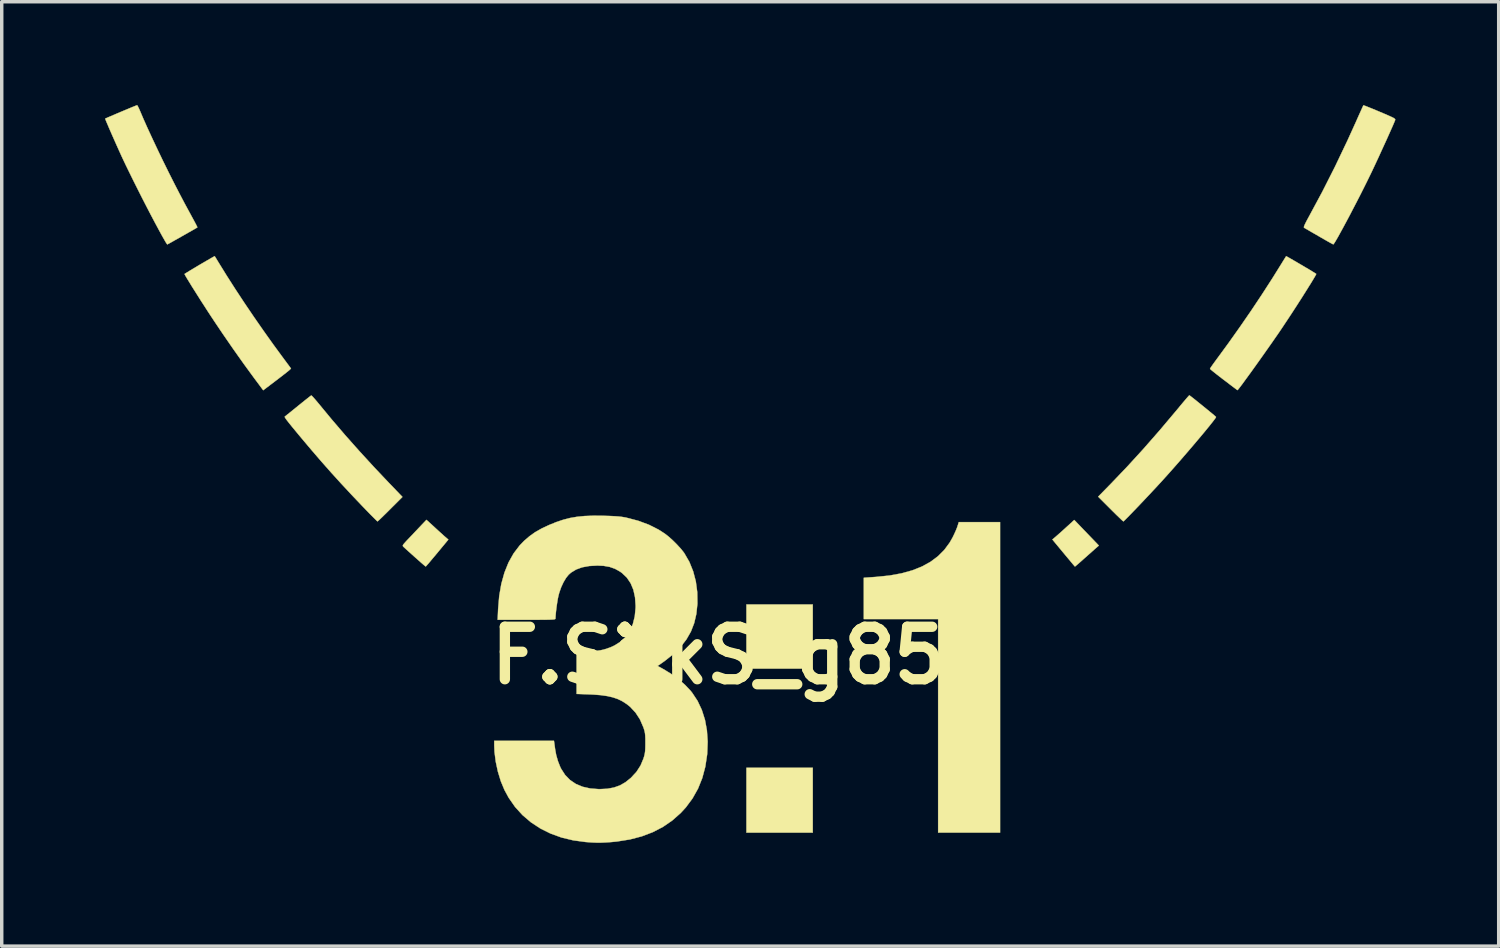
<source format=kicad_pcb>
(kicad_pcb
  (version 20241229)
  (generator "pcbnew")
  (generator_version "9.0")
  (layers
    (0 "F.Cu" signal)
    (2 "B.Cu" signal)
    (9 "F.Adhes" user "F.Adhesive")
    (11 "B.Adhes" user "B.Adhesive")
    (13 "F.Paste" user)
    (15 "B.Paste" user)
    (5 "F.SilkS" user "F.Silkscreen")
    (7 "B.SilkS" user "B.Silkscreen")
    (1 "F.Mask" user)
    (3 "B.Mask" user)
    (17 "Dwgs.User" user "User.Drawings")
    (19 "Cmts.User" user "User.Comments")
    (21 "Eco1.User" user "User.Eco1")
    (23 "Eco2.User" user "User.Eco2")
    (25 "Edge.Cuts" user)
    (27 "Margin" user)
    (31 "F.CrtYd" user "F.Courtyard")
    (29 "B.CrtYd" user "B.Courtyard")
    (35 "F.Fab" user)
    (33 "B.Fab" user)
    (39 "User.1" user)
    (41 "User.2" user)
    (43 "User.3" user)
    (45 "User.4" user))
  (footprint "F.SilkS_g852"
    (layer "F.Cu")
    (at 18.542 15.986)
    (property "Reference" "F.SilkS_g852" (at 0 0 0) (layer "F.SilkS") (effects (font (size 1.524 1.524) (thickness 0.3))))
    (attr through_hole)
    (fp_poly (pts (xy 2.011 0.381) (xy 0.085 0.381) (xy 0.085 -1.482) (xy 2.011 -1.482) (xy 2.011 0.381)) (stroke (width 0.01) (type solid)) (fill yes) (layer "F.SilkS"))
    (fp_poly (pts (xy 2.011 5.144) (xy 0.085 5.144) (xy 0.085 3.26) (xy 2.011 3.26) (xy 2.011 5.144)) (stroke (width 0.01) (type solid)) (fill yes) (layer "F.SilkS"))
    (fp_poly (pts (xy 7.451 5.144) (xy 5.652 5.144) (xy 5.652 -1.058) (xy 3.493 -1.058) (xy 3.493 -2.257) (xy 3.858 -2.283) (xy 4.239 -2.322) (xy 4.586 -2.385) (xy 4.9 -2.472) (xy 5.18 -2.583) (xy 5.428 -2.719) (xy 5.645 -2.881) (xy 5.832 -3.068) (xy 5.989 -3.281) (xy 6.073 -3.429) (xy 6.121 -3.528) (xy 6.166 -3.628) (xy 6.201 -3.715) (xy 6.214 -3.752) (xy 6.252 -3.873) (xy 7.451 -3.873) (xy 7.451 5.144)) (stroke (width 0.01) (type solid)) (fill yes) (layer "F.SilkS"))
    (fp_poly (pts (xy 9.783 -3.751) (xy 9.876 -3.654) (xy 9.983 -3.543) (xy 10.087 -3.435) (xy 10.14 -3.38) (xy 10.319 -3.193) (xy 10.23 -3.115) (xy 10.183 -3.074) (xy 10.113 -3.011) (xy 10.027 -2.935) (xy 9.933 -2.851) (xy 9.886 -2.81) (xy 9.8 -2.733) (xy 9.726 -2.668) (xy 9.668 -2.618) (xy 9.633 -2.589) (xy 9.625 -2.583) (xy 9.611 -2.599) (xy 9.573 -2.643) (xy 9.516 -2.711) (xy 9.444 -2.798) (xy 9.359 -2.899) (xy 9.295 -2.976) (xy 8.97 -3.368) (xy 9.062 -3.446) (xy 9.112 -3.49) (xy 9.185 -3.554) (xy 9.271 -3.631) (xy 9.361 -3.713) (xy 9.38 -3.73) (xy 9.605 -3.936) (xy 9.783 -3.751)) (stroke (width 0.01) (type solid)) (fill yes) (layer "F.SilkS"))
    (fp_poly (pts (xy -8.969 -3.722) (xy -8.879 -3.639) (xy -8.793 -3.561) (xy -8.719 -3.494) (xy -8.665 -3.446) (xy -8.651 -3.435) (xy -8.572 -3.366) (xy -8.895 -2.976) (xy -8.986 -2.867) (xy -9.068 -2.77) (xy -9.136 -2.688) (xy -9.189 -2.628) (xy -9.221 -2.592) (xy -9.229 -2.585) (xy -9.247 -2.598) (xy -9.292 -2.635) (xy -9.358 -2.692) (xy -9.44 -2.765) (xy -9.535 -2.849) (xy -9.546 -2.859) (xy -9.643 -2.946) (xy -9.731 -3.025) (xy -9.804 -3.091) (xy -9.856 -3.139) (xy -9.883 -3.164) (xy -9.884 -3.165) (xy -9.894 -3.183) (xy -9.89 -3.206) (xy -9.865 -3.242) (xy -9.816 -3.297) (xy -9.778 -3.339) (xy -9.711 -3.409) (xy -9.625 -3.499) (xy -9.531 -3.599) (xy -9.439 -3.696) (xy -9.425 -3.711) (xy -9.208 -3.94) (xy -8.969 -3.722)) (stroke (width 0.01) (type solid)) (fill yes) (layer "F.SilkS"))
    (fp_poly (pts (xy -15.344 -11.576) (xy -15.314 -11.527) (xy -15.272 -11.458) (xy -15.23 -11.39) (xy -15.007 -11.029) (xy -14.761 -10.644) (xy -14.497 -10.243) (xy -14.22 -9.834) (xy -13.935 -9.424) (xy -13.648 -9.021) (xy -13.414 -8.702) (xy -13.141 -8.334) (xy -13.19 -8.287) (xy -13.222 -8.26) (xy -13.281 -8.213) (xy -13.363 -8.149) (xy -13.46 -8.074) (xy -13.568 -7.991) (xy -13.594 -7.972) (xy -13.948 -7.703) (xy -14.222 -8.071) (xy -14.514 -8.471) (xy -14.818 -8.9) (xy -15.125 -9.345) (xy -15.367 -9.705) (xy -15.459 -9.844) (xy -15.556 -9.992) (xy -15.655 -10.146) (xy -15.755 -10.3) (xy -15.851 -10.452) (xy -15.942 -10.596) (xy -16.026 -10.729) (xy -16.098 -10.847) (xy -16.158 -10.945) (xy -16.202 -11.019) (xy -16.227 -11.065) (xy -16.232 -11.08) (xy -16.209 -11.095) (xy -16.156 -11.128) (xy -16.081 -11.174) (xy -15.988 -11.23) (xy -15.884 -11.292) (xy -15.775 -11.357) (xy -15.667 -11.42) (xy -15.566 -11.479) (xy -15.479 -11.529) (xy -15.411 -11.568) (xy -15.369 -11.591) (xy -15.357 -11.596) (xy -15.344 -11.576)) (stroke (width 0.01) (type solid)) (fill yes) (layer "F.SilkS"))
    (fp_poly (pts (xy -12.534 -7.539) (xy -12.495 -7.498) (xy -12.44 -7.436) (xy -12.375 -7.359) (xy -12.359 -7.34) (xy -11.964 -6.862) (xy -11.567 -6.398) (xy -11.16 -5.94) (xy -10.735 -5.476) (xy -10.284 -4.999) (xy -10.281 -4.997) (xy -9.905 -4.605) (xy -10.26 -4.25) (xy -10.36 -4.15) (xy -10.451 -4.061) (xy -10.527 -3.987) (xy -10.585 -3.932) (xy -10.62 -3.901) (xy -10.629 -3.895) (xy -10.647 -3.909) (xy -10.69 -3.951) (xy -10.754 -4.015) (xy -10.837 -4.098) (xy -10.933 -4.197) (xy -11.039 -4.307) (xy -11.055 -4.323) (xy -11.381 -4.666) (xy -11.684 -4.992) (xy -11.972 -5.309) (xy -12.254 -5.628) (xy -12.539 -5.959) (xy -12.762 -6.223) (xy -12.906 -6.395) (xy -13.024 -6.538) (xy -13.12 -6.654) (xy -13.194 -6.746) (xy -13.249 -6.816) (xy -13.288 -6.868) (xy -13.311 -6.903) (xy -13.322 -6.926) (xy -13.322 -6.937) (xy -13.32 -6.94) (xy -13.298 -6.956) (xy -13.249 -6.996) (xy -13.176 -7.054) (xy -13.086 -7.127) (xy -12.983 -7.21) (xy -12.935 -7.25) (xy -12.828 -7.336) (xy -12.732 -7.413) (xy -12.652 -7.476) (xy -12.593 -7.523) (xy -12.559 -7.548) (xy -12.553 -7.552) (xy -12.534 -7.539)) (stroke (width 0.01) (type solid)) (fill yes) (layer "F.SilkS"))
    (fp_poly (pts (xy 12.965 -7.544) (xy 13.011 -7.509) (xy 13.079 -7.456) (xy 13.162 -7.389) (xy 13.255 -7.314) (xy 13.353 -7.235) (xy 13.45 -7.156) (xy 13.54 -7.082) (xy 13.618 -7.018) (xy 13.678 -6.967) (xy 13.714 -6.935) (xy 13.723 -6.927) (xy 13.713 -6.905) (xy 13.677 -6.855) (xy 13.619 -6.779) (xy 13.541 -6.681) (xy 13.446 -6.564) (xy 13.336 -6.431) (xy 13.214 -6.286) (xy 13.082 -6.13) (xy 12.944 -5.968) (xy 12.802 -5.803) (xy 12.659 -5.638) (xy 12.517 -5.476) (xy 12.379 -5.32) (xy 12.247 -5.173) (xy 12.228 -5.152) (xy 12.131 -5.045) (xy 12.022 -4.927) (xy 11.904 -4.8) (xy 11.782 -4.669) (xy 11.658 -4.538) (xy 11.536 -4.409) (xy 11.42 -4.287) (xy 11.312 -4.175) (xy 11.217 -4.077) (xy 11.138 -3.996) (xy 11.079 -3.937) (xy 11.042 -3.902) (xy 11.032 -3.895) (xy 11.013 -3.909) (xy 10.969 -3.949) (xy 10.904 -4.012) (xy 10.822 -4.091) (xy 10.727 -4.185) (xy 10.658 -4.254) (xy 10.3 -4.612) (xy 10.669 -4.989) (xy 11.132 -5.473) (xy 11.605 -5.99) (xy 12.09 -6.544) (xy 12.588 -7.135) (xy 12.591 -7.138) (xy 12.684 -7.252) (xy 12.769 -7.353) (xy 12.842 -7.439) (xy 12.898 -7.504) (xy 12.934 -7.544) (xy 12.947 -7.556) (xy 12.965 -7.544)) (stroke (width 0.01) (type solid)) (fill yes) (layer "F.SilkS"))
    (fp_poly (pts (xy 15.777 -11.587) (xy 15.826 -11.56) (xy 15.899 -11.518) (xy 15.989 -11.466) (xy 16.092 -11.406) (xy 16.201 -11.342) (xy 16.309 -11.278) (xy 16.411 -11.218) (xy 16.5 -11.164) (xy 16.571 -11.121) (xy 16.617 -11.092) (xy 16.632 -11.082) (xy 16.625 -11.061) (xy 16.596 -11.009) (xy 16.549 -10.93) (xy 16.487 -10.827) (xy 16.41 -10.704) (xy 16.323 -10.565) (xy 16.228 -10.414) (xy 16.126 -10.255) (xy 16.021 -10.092) (xy 15.915 -9.929) (xy 15.81 -9.77) (xy 15.709 -9.618) (xy 15.626 -9.493) (xy 15.535 -9.359) (xy 15.433 -9.212) (xy 15.324 -9.055) (xy 15.209 -8.892) (xy 15.092 -8.726) (xy 14.975 -8.561) (xy 14.86 -8.4) (xy 14.751 -8.248) (xy 14.649 -8.108) (xy 14.558 -7.983) (xy 14.48 -7.876) (xy 14.417 -7.793) (xy 14.372 -7.735) (xy 14.347 -7.708) (xy 14.344 -7.706) (xy 14.327 -7.718) (xy 14.281 -7.753) (xy 14.21 -7.806) (xy 14.12 -7.874) (xy 14.016 -7.954) (xy 13.945 -8.007) (xy 13.833 -8.093) (xy 13.733 -8.171) (xy 13.65 -8.237) (xy 13.589 -8.287) (xy 13.554 -8.318) (xy 13.548 -8.326) (xy 13.559 -8.348) (xy 13.592 -8.398) (xy 13.643 -8.47) (xy 13.706 -8.557) (xy 13.754 -8.622) (xy 14.082 -9.07) (xy 14.414 -9.538) (xy 14.743 -10.015) (xy 15.06 -10.491) (xy 15.36 -10.956) (xy 15.563 -11.282) (xy 15.626 -11.383) (xy 15.68 -11.471) (xy 15.723 -11.54) (xy 15.75 -11.583) (xy 15.759 -11.596) (xy 15.777 -11.587)) (stroke (width 0.01) (type solid)) (fill yes) (layer "F.SilkS"))
    (fp_poly (pts (xy -17.596 -15.963) (xy -17.571 -15.914) (xy -17.539 -15.845) (xy -17.527 -15.817) (xy -17.422 -15.571) (xy -17.299 -15.296) (xy -17.161 -14.998) (xy -17.013 -14.684) (xy -16.858 -14.362) (xy -16.699 -14.039) (xy -16.539 -13.722) (xy -16.382 -13.417) (xy -16.232 -13.132) (xy -16.108 -12.903) (xy -16.039 -12.776) (xy -15.977 -12.662) (xy -15.925 -12.566) (xy -15.887 -12.492) (xy -15.865 -12.446) (xy -15.86 -12.433) (xy -15.88 -12.42) (xy -15.93 -12.391) (xy -16.005 -12.348) (xy -16.098 -12.295) (xy -16.202 -12.236) (xy -16.311 -12.174) (xy -16.42 -12.112) (xy -16.522 -12.055) (xy -16.61 -12.005) (xy -16.679 -11.967) (xy -16.722 -11.944) (xy -16.734 -11.938) (xy -16.748 -11.955) (xy -16.775 -11.997) (xy -16.794 -12.028) (xy -16.878 -12.175) (xy -16.976 -12.355) (xy -17.087 -12.561) (xy -17.207 -12.788) (xy -17.332 -13.028) (xy -17.46 -13.277) (xy -17.587 -13.529) (xy -17.711 -13.776) (xy -17.828 -14.014) (xy -17.936 -14.235) (xy -18.031 -14.435) (xy -18.075 -14.531) (xy -18.139 -14.672) (xy -18.205 -14.819) (xy -18.271 -14.967) (xy -18.334 -15.11) (xy -18.393 -15.244) (xy -18.444 -15.363) (xy -18.486 -15.462) (xy -18.517 -15.536) (xy -18.534 -15.58) (xy -18.537 -15.591) (xy -18.515 -15.601) (xy -18.462 -15.625) (xy -18.382 -15.659) (xy -18.284 -15.701) (xy -18.173 -15.749) (xy -18.056 -15.798) (xy -17.941 -15.846) (xy -17.833 -15.891) (xy -17.74 -15.93) (xy -17.667 -15.959) (xy -17.622 -15.977) (xy -17.611 -15.981) (xy -17.596 -15.963)) (stroke (width 0.01) (type solid)) (fill yes) (layer "F.SilkS"))
    (fp_poly (pts (xy 18.024 -15.972) (xy 18.078 -15.952) (xy 18.16 -15.919) (xy 18.265 -15.877) (xy 18.387 -15.826) (xy 18.475 -15.789) (xy 18.622 -15.727) (xy 18.733 -15.679) (xy 18.814 -15.642) (xy 18.87 -15.615) (xy 18.904 -15.594) (xy 18.921 -15.577) (xy 18.926 -15.562) (xy 18.923 -15.546) (xy 18.921 -15.542) (xy 18.897 -15.483) (xy 18.858 -15.391) (xy 18.805 -15.272) (xy 18.743 -15.132) (xy 18.673 -14.976) (xy 18.597 -14.81) (xy 18.519 -14.64) (xy 18.442 -14.471) (xy 18.366 -14.308) (xy 18.296 -14.159) (xy 18.247 -14.054) (xy 18.168 -13.892) (xy 18.082 -13.717) (xy 17.99 -13.533) (xy 17.894 -13.343) (xy 17.795 -13.151) (xy 17.696 -12.961) (xy 17.6 -12.776) (xy 17.506 -12.6) (xy 17.419 -12.438) (xy 17.339 -12.292) (xy 17.27 -12.166) (xy 17.211 -12.064) (xy 17.167 -11.99) (xy 17.137 -11.948) (xy 17.127 -11.939) (xy 17.106 -11.95) (xy 17.053 -11.978) (xy 16.974 -12.022) (xy 16.876 -12.078) (xy 16.763 -12.143) (xy 16.711 -12.173) (xy 16.592 -12.242) (xy 16.484 -12.304) (xy 16.393 -12.357) (xy 16.326 -12.396) (xy 16.286 -12.419) (xy 16.28 -12.423) (xy 16.273 -12.437) (xy 16.281 -12.47) (xy 16.304 -12.524) (xy 16.344 -12.604) (xy 16.404 -12.716) (xy 16.421 -12.747) (xy 16.804 -13.459) (xy 17.18 -14.202) (xy 17.543 -14.963) (xy 17.78 -15.485) (xy 17.839 -15.618) (xy 17.892 -15.737) (xy 17.938 -15.838) (xy 17.973 -15.916) (xy 17.996 -15.964) (xy 18.003 -15.978) (xy 18.024 -15.972)) (stroke (width 0.01) (type solid)) (fill yes) (layer "F.SilkS"))
    (fp_poly (pts (xy -4.103 -4.058) (xy -4.075 -4.057) (xy -3.895 -4.052) (xy -3.75 -4.045) (xy -3.631 -4.037) (xy -3.53 -4.025) (xy -3.437 -4.01) (xy -3.397 -4.001) (xy -3.06 -3.913) (xy -2.749 -3.798) (xy -2.468 -3.656) (xy -2.289 -3.541) (xy -2.175 -3.452) (xy -2.051 -3.341) (xy -1.929 -3.219) (xy -1.818 -3.098) (xy -1.73 -2.987) (xy -1.716 -2.966) (xy -1.572 -2.717) (xy -1.462 -2.444) (xy -1.385 -2.151) (xy -1.344 -1.842) (xy -1.339 -1.52) (xy -1.34 -1.494) (xy -1.37 -1.207) (xy -1.432 -0.942) (xy -1.527 -0.696) (xy -1.658 -0.467) (xy -1.826 -0.251) (xy -2.032 -0.046) (xy -2.278 0.151) (xy -2.343 0.198) (xy -2.496 0.304) (xy -2.345 0.386) (xy -2.114 0.525) (xy -1.896 0.683) (xy -1.701 0.851) (xy -1.537 1.024) (xy -1.49 1.083) (xy -1.333 1.321) (xy -1.21 1.583) (xy -1.119 1.869) (xy -1.063 2.176) (xy -1.041 2.502) (xy -1.054 2.844) (xy -1.057 2.879) (xy -1.11 3.231) (xy -1.198 3.56) (xy -1.321 3.866) (xy -1.48 4.149) (xy -1.674 4.411) (xy -1.824 4.574) (xy -2.069 4.791) (xy -2.338 4.976) (xy -2.632 5.129) (xy -2.953 5.251) (xy -3.301 5.342) (xy -3.678 5.402) (xy -3.842 5.418) (xy -4.003 5.429) (xy -4.141 5.435) (xy -4.271 5.435) (xy -4.41 5.429) (xy -4.573 5.417) (xy -4.579 5.417) (xy -4.942 5.368) (xy -5.285 5.286) (xy -5.605 5.17) (xy -5.902 5.022) (xy -6.174 4.843) (xy -6.419 4.634) (xy -6.635 4.396) (xy -6.82 4.13) (xy -6.942 3.905) (xy -7.048 3.651) (xy -7.133 3.372) (xy -7.195 3.084) (xy -7.231 2.8) (xy -7.239 2.609) (xy -7.239 2.477) (xy -5.505 2.477) (xy -5.495 2.545) (xy -5.486 2.609) (xy -5.475 2.689) (xy -5.471 2.72) (xy -5.44 2.89) (xy -5.389 3.068) (xy -5.324 3.233) (xy -5.297 3.289) (xy -5.181 3.469) (xy -5.038 3.616) (xy -4.869 3.73) (xy -4.673 3.812) (xy -4.45 3.862) (xy -4.199 3.881) (xy -4.18 3.881) (xy -3.956 3.87) (xy -3.761 3.834) (xy -3.587 3.772) (xy -3.426 3.679) (xy -3.272 3.555) (xy -3.266 3.549) (xy -3.108 3.378) (xy -2.989 3.193) (xy -2.907 2.998) (xy -2.883 2.921) (xy -2.867 2.852) (xy -2.857 2.781) (xy -2.852 2.695) (xy -2.85 2.582) (xy -2.85 2.54) (xy -2.85 2.419) (xy -2.854 2.328) (xy -2.861 2.257) (xy -2.874 2.193) (xy -2.894 2.125) (xy -2.908 2.085) (xy -3.007 1.856) (xy -3.136 1.658) (xy -3.294 1.489) (xy -3.399 1.406) (xy -3.522 1.327) (xy -3.652 1.264) (xy -3.795 1.215) (xy -3.957 1.178) (xy -4.146 1.151) (xy -4.366 1.134) (xy -4.503 1.128) (xy -4.847 1.116) (xy -4.847 -0.1) (xy -4.546 -0.112) (xy -4.332 -0.126) (xy -4.149 -0.152) (xy -3.986 -0.193) (xy -3.833 -0.25) (xy -3.749 -0.29) (xy -3.57 -0.402) (xy -3.421 -0.544) (xy -3.302 -0.715) (xy -3.214 -0.912) (xy -3.158 -1.135) (xy -3.134 -1.382) (xy -3.133 -1.444) (xy -3.15 -1.689) (xy -3.198 -1.908) (xy -3.278 -2.099) (xy -3.389 -2.263) (xy -3.532 -2.398) (xy -3.582 -2.434) (xy -3.731 -2.518) (xy -3.887 -2.573) (xy -4.063 -2.604) (xy -4.244 -2.612) (xy -4.481 -2.599) (xy -4.687 -2.561) (xy -4.862 -2.497) (xy -5.009 -2.407) (xy -5.079 -2.345) (xy -5.154 -2.252) (xy -5.228 -2.127) (xy -5.296 -1.981) (xy -5.351 -1.824) (xy -5.375 -1.733) (xy -5.394 -1.642) (xy -5.413 -1.526) (xy -5.431 -1.4) (xy -5.446 -1.276) (xy -5.456 -1.166) (xy -5.461 -1.084) (xy -5.461 -1.077) (xy -5.462 -1.067) (xy -5.469 -1.059) (xy -5.486 -1.052) (xy -5.515 -1.047) (xy -5.562 -1.044) (xy -5.63 -1.041) (xy -5.722 -1.039) (xy -5.843 -1.038) (xy -5.997 -1.037) (xy -6.187 -1.037) (xy -6.3 -1.037) (xy -7.14 -1.037) (xy -7.126 -1.351) (xy -7.094 -1.731) (xy -7.033 -2.082) (xy -6.943 -2.405) (xy -6.825 -2.699) (xy -6.678 -2.962) (xy -6.502 -3.194) (xy -6.37 -3.331) (xy -6.214 -3.465) (xy -6.05 -3.582) (xy -5.865 -3.687) (xy -5.65 -3.788) (xy -5.648 -3.789) (xy -5.436 -3.875) (xy -5.236 -3.942) (xy -5.039 -3.993) (xy -4.835 -4.028) (xy -4.617 -4.05) (xy -4.376 -4.059) (xy -4.103 -4.058)) (stroke (width 0.01) (type solid)) (fill yes) (layer "F.SilkS")))
  (gr_rect
    (start -3 -3)
    (end 40.473 24.426)
    (stroke (width 0.1) (type default))
    (fill no)
    (layer "Edge.Cuts")))
</source>
